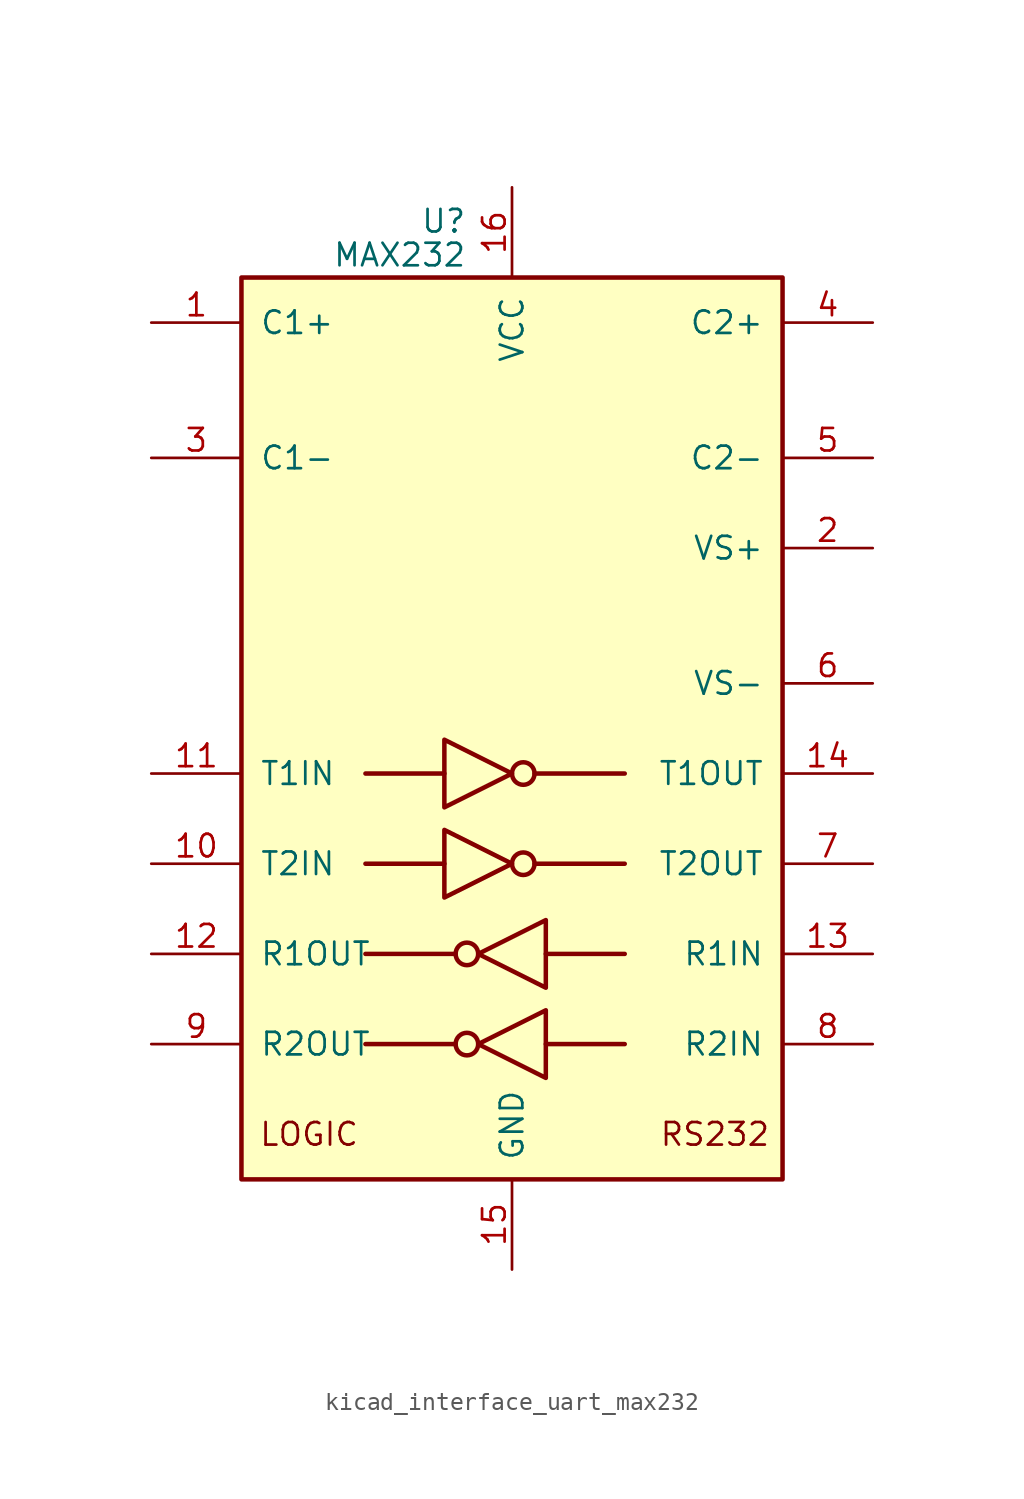
<source format=kicad_sym>
(kicad_symbol_lib
  (version 20220914)
  (generator kicad_symbol_editor)
  (symbol "kicad_interface_uart_max232"
    (pin_names
      (offset 1.016))
    (property "Reference" "U"
      (at -2.54 28.575 0)
      (effects (font (size 1.27 1.27)) (justify right)))
    (property "Value" "MAX232"
      (at -2.54 26.67 0)
      (effects (font (size 1.27 1.27)) (justify right)))
    (symbol "kicad_interface_uart_max232_0_0"
      (text "LOGIC" (at -11.43 -22.86 0) (effects (font (size 1.27 1.27))))
      (text "RS232" (at 11.43 -22.86 0) (effects (font (size 1.27 1.27)))))
    (symbol "kicad_interface_uart_max232_0_1"
      (rectangle (start -15.24 -25.4) (end 15.24 25.4) (stroke (width 0.254) (type default)) (fill (type background)))
      (circle (center -2.54 -17.78) (radius 0.635) (stroke (width 0.254) (type default)) (fill (type none)))
      (circle (center -2.54 -12.7) (radius 0.635) (stroke (width 0.254) (type default)) (fill (type none)))
      (polyline (pts (xy -3.81 -7.62) (xy -8.255 -7.62)) (stroke (width 0.254) (type default)) (fill (type none)))
      (polyline (pts (xy -3.81 -2.54) (xy -8.255 -2.54)) (stroke (width 0.254) (type default)) (fill (type none)))
      (polyline (pts (xy -3.175 -17.78) (xy -8.255 -17.78)) (stroke (width 0.254) (type default)) (fill (type none)))
      (polyline (pts (xy -3.175 -12.7) (xy -8.255 -12.7)) (stroke (width 0.254) (type default)) (fill (type none)))
      (polyline (pts (xy 1.27 -7.62) (xy 6.35 -7.62)) (stroke (width 0.254) (type default)) (fill (type none)))
      (polyline (pts (xy 1.27 -2.54) (xy 6.35 -2.54)) (stroke (width 0.254) (type default)) (fill (type none)))
      (polyline (pts (xy 1.905 -17.78) (xy 6.35 -17.78)) (stroke (width 0.254) (type default)) (fill (type none)))
      (polyline (pts (xy 1.905 -12.7) (xy 6.35 -12.7)) (stroke (width 0.254) (type default)) (fill (type none)))
      (polyline (pts (xy -3.81 -5.715) (xy -3.81 -9.525) (xy 0 -7.62) (xy -3.81 -5.715)) (stroke (width 0.254) (type default)) (fill (type none)))
      (polyline (pts (xy -3.81 -0.635) (xy -3.81 -4.445) (xy 0 -2.54) (xy -3.81 -0.635)) (stroke (width 0.254) (type default)) (fill (type none)))
      (polyline (pts (xy 1.905 -15.875) (xy 1.905 -19.685) (xy -1.905 -17.78) (xy 1.905 -15.875)) (stroke (width 0.254) (type default)) (fill (type none)))
      (polyline (pts (xy 1.905 -10.795) (xy 1.905 -14.605) (xy -1.905 -12.7) (xy 1.905 -10.795)) (stroke (width 0.254) (type default)) (fill (type none)))
      (circle (center 0.635 -7.62) (radius 0.635) (stroke (width 0.254) (type default)) (fill (type none)))
      (circle (center 0.635 -2.54) (radius 0.635) (stroke (width 0.254) (type default)) (fill (type none))))
    (symbol "kicad_interface_uart_max232_1_1"
      (pin passive line (at -20.32 22.86 0) (length 5.08) (name "C1+" (effects (font (size 1.27 1.27)))) (number "1" (effects (font (size 1.27 1.27)))))
      (pin input line (at -20.32 -7.62 0) (length 5.08) (name "T2IN" (effects (font (size 1.27 1.27)))) (number "10" (effects (font (size 1.27 1.27)))))
      (pin input line (at -20.32 -2.54 0) (length 5.08) (name "T1IN" (effects (font (size 1.27 1.27)))) (number "11" (effects (font (size 1.27 1.27)))))
      (pin output line (at -20.32 -12.7 0) (length 5.08) (name "R1OUT" (effects (font (size 1.27 1.27)))) (number "12" (effects (font (size 1.27 1.27)))))
      (pin input line (at 20.32 -12.7 180) (length 5.08) (name "R1IN" (effects (font (size 1.27 1.27)))) (number "13" (effects (font (size 1.27 1.27)))))
      (pin output line (at 20.32 -2.54 180) (length 5.08) (name "T1OUT" (effects (font (size 1.27 1.27)))) (number "14" (effects (font (size 1.27 1.27)))))
      (pin power_in line (at 0 -30.48 90) (length 5.08) (name "GND" (effects (font (size 1.27 1.27)))) (number "15" (effects (font (size 1.27 1.27)))))
      (pin power_in line (at 0 30.48 270) (length 5.08) (name "VCC" (effects (font (size 1.27 1.27)))) (number "16" (effects (font (size 1.27 1.27)))))
      (pin power_out line (at 20.32 10.16 180) (length 5.08) (name "VS+" (effects (font (size 1.27 1.27)))) (number "2" (effects (font (size 1.27 1.27)))))
      (pin passive line (at -20.32 15.24 0) (length 5.08) (name "C1-" (effects (font (size 1.27 1.27)))) (number "3" (effects (font (size 1.27 1.27)))))
      (pin passive line (at 20.32 22.86 180) (length 5.08) (name "C2+" (effects (font (size 1.27 1.27)))) (number "4" (effects (font (size 1.27 1.27)))))
      (pin passive line (at 20.32 15.24 180) (length 5.08) (name "C2-" (effects (font (size 1.27 1.27)))) (number "5" (effects (font (size 1.27 1.27)))))
      (pin power_out line (at 20.32 2.54 180) (length 5.08) (name "VS-" (effects (font (size 1.27 1.27)))) (number "6" (effects (font (size 1.27 1.27)))))
      (pin output line (at 20.32 -7.62 180) (length 5.08) (name "T2OUT" (effects (font (size 1.27 1.27)))) (number "7" (effects (font (size 1.27 1.27)))))
      (pin input line (at 20.32 -17.78 180) (length 5.08) (name "R2IN" (effects (font (size 1.27 1.27)))) (number "8" (effects (font (size 1.27 1.27)))))
      (pin output line (at -20.32 -17.78 0) (length 5.08) (name "R2OUT" (effects (font (size 1.27 1.27)))) (number "9" (effects (font (size 1.27 1.27))))))))
</source>
